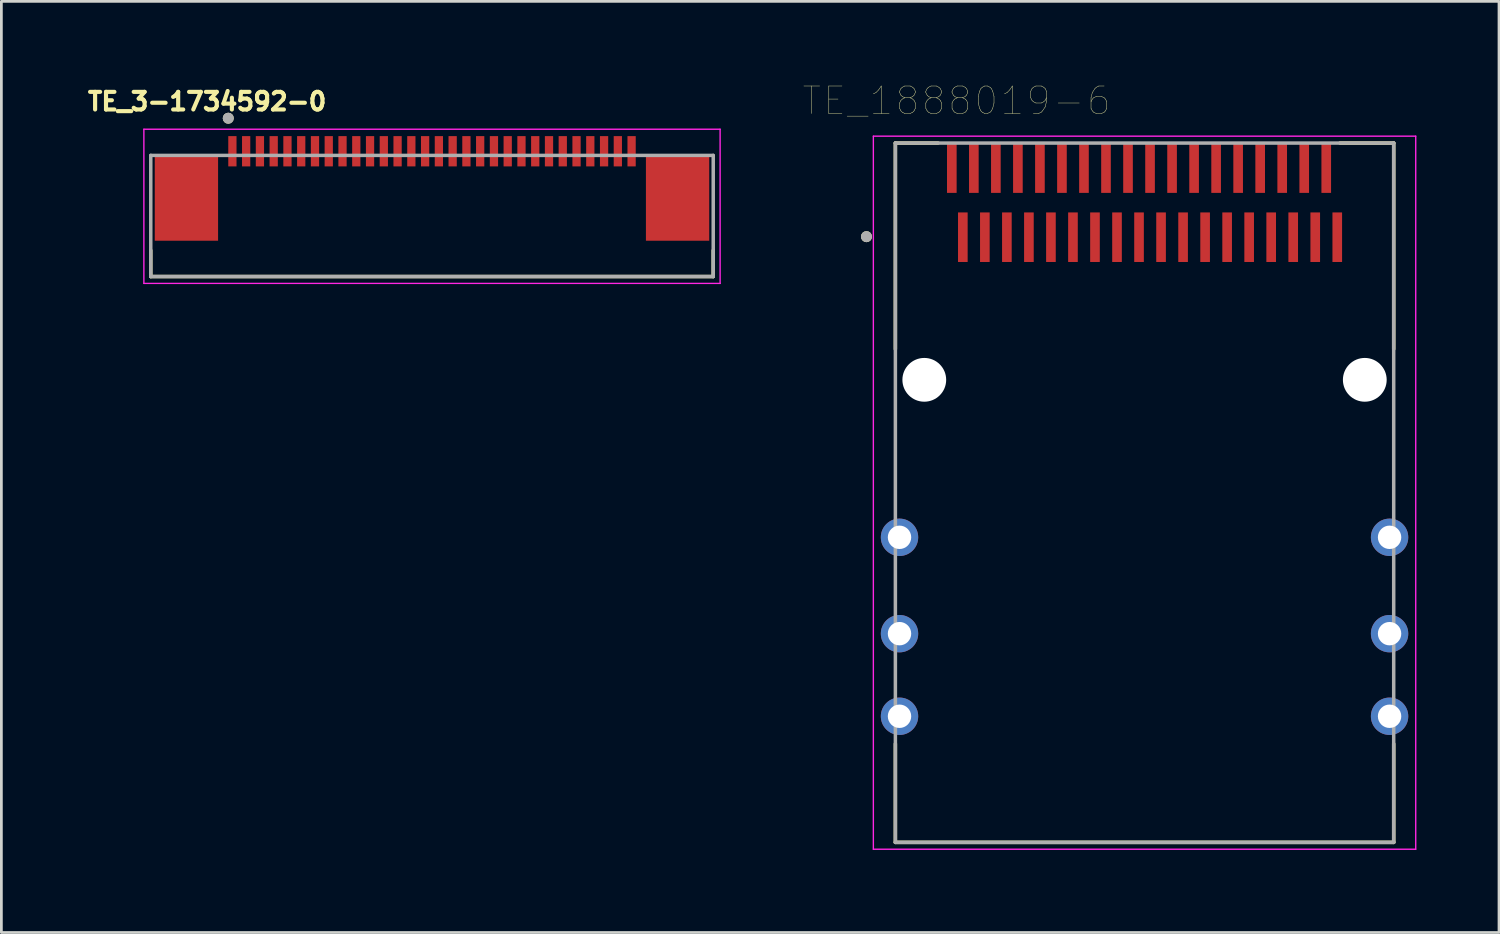
<source format=kicad_pcb>
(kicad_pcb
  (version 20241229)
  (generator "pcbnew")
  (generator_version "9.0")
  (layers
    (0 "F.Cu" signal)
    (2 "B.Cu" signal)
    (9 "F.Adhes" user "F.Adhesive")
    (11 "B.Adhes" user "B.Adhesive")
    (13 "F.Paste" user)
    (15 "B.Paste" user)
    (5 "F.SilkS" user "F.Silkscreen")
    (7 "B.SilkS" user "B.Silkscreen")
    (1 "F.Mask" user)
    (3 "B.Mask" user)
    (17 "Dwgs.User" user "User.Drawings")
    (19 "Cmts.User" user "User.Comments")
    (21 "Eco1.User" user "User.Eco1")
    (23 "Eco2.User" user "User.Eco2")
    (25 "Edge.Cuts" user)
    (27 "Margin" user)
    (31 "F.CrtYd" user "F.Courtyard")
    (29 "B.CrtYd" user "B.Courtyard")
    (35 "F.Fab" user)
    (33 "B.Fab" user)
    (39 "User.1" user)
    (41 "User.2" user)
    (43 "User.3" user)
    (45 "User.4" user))
  (footprint "TE_3-1734592-0"
    (layer "F.Cu")
    (at 12.641 2.444)
    (property "Reference" "TE_3-1734592-0" (at -8.168 -1.806 0) (layer "F.SilkS") (effects (font (size 0.64 0.64) (thickness 0.15))))
    (attr through_hole)
    (fp_line (start -10.215 4.55) (end -10.215 3.6) (stroke (width 0.127) (type solid)) (layer "F.SilkS"))
    (fp_line (start -10.215 4.55) (end 10.215 4.55) (stroke (width 0.127) (type solid)) (layer "F.SilkS"))
    (fp_line (start 10.215 4.55) (end 10.215 3.6) (stroke (width 0.127) (type solid)) (layer "F.SilkS"))
    (fp_circle (center -7.4 -1.2) (end -7.3 -1.2) (stroke (width 0.2) (type solid)) (fill no) (layer "F.SilkS"))
    (fp_line (start -10.465 -0.8) (end -10.465 4.8) (stroke (width 0.05) (type solid)) (layer "F.CrtYd"))
    (fp_line (start -10.465 4.8) (end 10.465 4.8) (stroke (width 0.05) (type solid)) (layer "F.CrtYd"))
    (fp_line (start 10.465 -0.8) (end -10.465 -0.8) (stroke (width 0.05) (type solid)) (layer "F.CrtYd"))
    (fp_line (start 10.465 4.8) (end 10.465 -0.8) (stroke (width 0.05) (type solid)) (layer "F.CrtYd"))
    (fp_line (start -10.215 0.15) (end -10.215 4.55) (stroke (width 0.127) (type solid)) (layer "F.Fab"))
    (fp_line (start -10.215 4.55) (end 10.215 4.55) (stroke (width 0.127) (type solid)) (layer "F.Fab"))
    (fp_line (start 10.215 0.15) (end -10.215 0.15) (stroke (width 0.127) (type solid)) (layer "F.Fab"))
    (fp_line (start 10.215 4.55) (end 10.215 0.15) (stroke (width 0.127) (type solid)) (layer "F.Fab"))
    (fp_circle (center -7.4 -1.2) (end -7.3 -1.2) (stroke (width 0.2) (type solid)) (fill no) (layer "F.Fab"))
    (pad "1" smd rect (at -7.25 0) (size 0.3 1.1) (layers "F.Cu" "F.Mask" "F.Paste"))
    (pad "2" smd rect (at -6.75 0) (size 0.3 1.1) (layers "F.Cu" "F.Mask" "F.Paste"))
    (pad "3" smd rect (at -6.25 0) (size 0.3 1.1) (layers "F.Cu" "F.Mask" "F.Paste"))
    (pad "4" smd rect (at -5.75 0) (size 0.3 1.1) (layers "F.Cu" "F.Mask" "F.Paste"))
    (pad "5" smd rect (at -5.25 0) (size 0.3 1.1) (layers "F.Cu" "F.Mask" "F.Paste"))
    (pad "6" smd rect (at -4.75 0) (size 0.3 1.1) (layers "F.Cu" "F.Mask" "F.Paste"))
    (pad "7" smd rect (at -4.25 0) (size 0.3 1.1) (layers "F.Cu" "F.Mask" "F.Paste"))
    (pad "8" smd rect (at -3.75 0) (size 0.3 1.1) (layers "F.Cu" "F.Mask" "F.Paste"))
    (pad "9" smd rect (at -3.25 0) (size 0.3 1.1) (layers "F.Cu" "F.Mask" "F.Paste"))
    (pad "10" smd rect (at -2.75 0) (size 0.3 1.1) (layers "F.Cu" "F.Mask" "F.Paste"))
    (pad "11" smd rect (at -2.25 0) (size 0.3 1.1) (layers "F.Cu" "F.Mask" "F.Paste"))
    (pad "12" smd rect (at -1.75 0) (size 0.3 1.1) (layers "F.Cu" "F.Mask" "F.Paste"))
    (pad "13" smd rect (at -1.25 0) (size 0.3 1.1) (layers "F.Cu" "F.Mask" "F.Paste"))
    (pad "14" smd rect (at -0.75 0) (size 0.3 1.1) (layers "F.Cu" "F.Mask" "F.Paste"))
    (pad "15" smd rect (at -0.25 0) (size 0.3 1.1) (layers "F.Cu" "F.Mask" "F.Paste"))
    (pad "16" smd rect (at 0.25 0) (size 0.3 1.1) (layers "F.Cu" "F.Mask" "F.Paste"))
    (pad "17" smd rect (at 0.75 0) (size 0.3 1.1) (layers "F.Cu" "F.Mask" "F.Paste"))
    (pad "18" smd rect (at 1.25 0) (size 0.3 1.1) (layers "F.Cu" "F.Mask" "F.Paste"))
    (pad "19" smd rect (at 1.75 0) (size 0.3 1.1) (layers "F.Cu" "F.Mask" "F.Paste"))
    (pad "20" smd rect (at 2.25 0) (size 0.3 1.1) (layers "F.Cu" "F.Mask" "F.Paste"))
    (pad "21" smd rect (at 2.75 0) (size 0.3 1.1) (layers "F.Cu" "F.Mask" "F.Paste"))
    (pad "22" smd rect (at 3.25 0) (size 0.3 1.1) (layers "F.Cu" "F.Mask" "F.Paste"))
    (pad "23" smd rect (at 3.75 0) (size 0.3 1.1) (layers "F.Cu" "F.Mask" "F.Paste"))
    (pad "24" smd rect (at 4.25 0) (size 0.3 1.1) (layers "F.Cu" "F.Mask" "F.Paste"))
    (pad "25" smd rect (at 4.75 0) (size 0.3 1.1) (layers "F.Cu" "F.Mask" "F.Paste"))
    (pad "26" smd rect (at 5.25 0) (size 0.3 1.1) (layers "F.Cu" "F.Mask" "F.Paste"))
    (pad "27" smd rect (at 5.75 0) (size 0.3 1.1) (layers "F.Cu" "F.Mask" "F.Paste"))
    (pad "28" smd rect (at 6.25 0) (size 0.3 1.1) (layers "F.Cu" "F.Mask" "F.Paste"))
    (pad "29" smd rect (at 6.75 0) (size 0.3 1.1) (layers "F.Cu" "F.Mask" "F.Paste"))
    (pad "30" smd rect (at 7.25 0) (size 0.3 1.1) (layers "F.Cu" "F.Mask" "F.Paste"))
    (pad "S1" smd rect (at -8.92 1.7) (size 2.3 3.1) (layers "F.Cu" "F.Mask" "F.Paste"))
    (pad "S2" smd rect (at 8.92 1.7) (size 2.3 3.1) (layers "F.Cu" "F.Mask" "F.Paste")))
  (footprint "TE_1888019-6"
    (layer "F.Cu")
    (at 38.522 10.746)
    (property "Reference" "TE_1888019-6" (at -6.825 -10.135 0) (layer "F.SilkS") (effects (font (size 1 1) (thickness 0.015))))
    (attr through_hole)
    (fp_line (start -9.05 -8.6) (end -7.5 -8.6) (stroke (width 0.127) (type solid)) (layer "F.SilkS"))
    (fp_line (start -9.05 -1.115) (end -9.05 -8.6) (stroke (width 0.127) (type solid)) (layer "F.SilkS"))
    (fp_line (start -9.05 16.8) (end -9.05 13.22) (stroke (width 0.127) (type solid)) (layer "F.SilkS"))
    (fp_line (start 9.05 -8.6) (end 7.1 -8.6) (stroke (width 0.127) (type solid)) (layer "F.SilkS"))
    (fp_line (start 9.05 -8.6) (end 9.05 -1.115) (stroke (width 0.127) (type solid)) (layer "F.SilkS"))
    (fp_line (start 9.05 13.22) (end 9.05 16.8) (stroke (width 0.127) (type solid)) (layer "F.SilkS"))
    (fp_line (start 9.05 16.8) (end -9.05 16.8) (stroke (width 0.127) (type solid)) (layer "F.SilkS"))
    (fp_circle (center -10.1 -5.2) (end -10 -5.2) (stroke (width 0.2) (type solid)) (fill no) (layer "F.SilkS"))
    (fp_line (start -9.85 -8.85) (end 9.85 -8.85) (stroke (width 0.05) (type solid)) (layer "F.CrtYd"))
    (fp_line (start -9.85 17.05) (end -9.85 -8.85) (stroke (width 0.05) (type solid)) (layer "F.CrtYd"))
    (fp_line (start 9.85 -8.85) (end 9.85 17.05) (stroke (width 0.05) (type solid)) (layer "F.CrtYd"))
    (fp_line (start 9.85 17.05) (end -9.85 17.05) (stroke (width 0.05) (type solid)) (layer "F.CrtYd"))
    (fp_line (start -9.05 -8.6) (end 9.05 -8.6) (stroke (width 0.127) (type solid)) (layer "F.Fab"))
    (fp_line (start -9.05 16.8) (end -9.05 -8.6) (stroke (width 0.127) (type solid)) (layer "F.Fab"))
    (fp_line (start 9.05 -8.6) (end 9.05 16.8) (stroke (width 0.127) (type solid)) (layer "F.Fab"))
    (fp_line (start 9.05 16.8) (end -9.05 16.8) (stroke (width 0.127) (type solid)) (layer "F.Fab"))
    (fp_circle (center -10.1 -5.2) (end -10 -5.2) (stroke (width 0.2) (type solid)) (fill no) (layer "F.Fab"))
    (pad "" np_thru_hole circle (at -8 0) (size 1.59 1.59) (drill 1.59) (layers "*.Cu" "*.Mask"))
    (pad "" np_thru_hole circle (at 8 0) (size 1.59 1.59) (drill 1.59) (layers "*.Cu" "*.Mask"))
    (pad "A1" smd rect (at -6.6 -5.18) (size 0.35 1.8) (layers "F.Cu" "F.Mask" "F.Paste"))
    (pad "A2" smd rect (at -5.8 -5.18) (size 0.35 1.8) (layers "F.Cu" "F.Mask" "F.Paste"))
    (pad "A3" smd rect (at -5 -5.18) (size 0.35 1.8) (layers "F.Cu" "F.Mask" "F.Paste"))
    (pad "A4" smd rect (at -4.2 -5.18) (size 0.35 1.8) (layers "F.Cu" "F.Mask" "F.Paste"))
    (pad "A5" smd rect (at -3.4 -5.18) (size 0.35 1.8) (layers "F.Cu" "F.Mask" "F.Paste"))
    (pad "A6" smd rect (at -2.6 -5.18) (size 0.35 1.8) (layers "F.Cu" "F.Mask" "F.Paste"))
    (pad "A7" smd rect (at -1.8 -5.18) (size 0.35 1.8) (layers "F.Cu" "F.Mask" "F.Paste"))
    (pad "A8" smd rect (at -1 -5.18) (size 0.35 1.8) (layers "F.Cu" "F.Mask" "F.Paste"))
    (pad "A9" smd rect (at -0.2 -5.18) (size 0.35 1.8) (layers "F.Cu" "F.Mask" "F.Paste"))
    (pad "A10" smd rect (at 0.6 -5.18) (size 0.35 1.8) (layers "F.Cu" "F.Mask" "F.Paste"))
    (pad "A11" smd rect (at 1.4 -5.18) (size 0.35 1.8) (layers "F.Cu" "F.Mask" "F.Paste"))
    (pad "A12" smd rect (at 2.2 -5.18) (size 0.35 1.8) (layers "F.Cu" "F.Mask" "F.Paste"))
    (pad "A13" smd rect (at 3 -5.18) (size 0.35 1.8) (layers "F.Cu" "F.Mask" "F.Paste"))
    (pad "A14" smd rect (at 3.8 -5.18) (size 0.35 1.8) (layers "F.Cu" "F.Mask" "F.Paste"))
    (pad "A15" smd rect (at 4.6 -5.18) (size 0.35 1.8) (layers "F.Cu" "F.Mask" "F.Paste"))
    (pad "A16" smd rect (at 5.4 -5.18) (size 0.35 1.8) (layers "F.Cu" "F.Mask" "F.Paste"))
    (pad "A17" smd rect (at 6.2 -5.18) (size 0.35 1.8) (layers "F.Cu" "F.Mask" "F.Paste"))
    (pad "A18" smd rect (at 7 -5.18) (size 0.35 1.8) (layers "F.Cu" "F.Mask" "F.Paste"))
    (pad "B1" smd rect (at -7 -7.69) (size 0.35 1.8) (layers "F.Cu" "F.Mask" "F.Paste"))
    (pad "B2" smd rect (at -6.2 -7.69) (size 0.35 1.8) (layers "F.Cu" "F.Mask" "F.Paste"))
    (pad "B3" smd rect (at -5.4 -7.69) (size 0.35 1.8) (layers "F.Cu" "F.Mask" "F.Paste"))
    (pad "B4" smd rect (at -4.6 -7.69) (size 0.35 1.8) (layers "F.Cu" "F.Mask" "F.Paste"))
    (pad "B5" smd rect (at -3.8 -7.69) (size 0.35 1.8) (layers "F.Cu" "F.Mask" "F.Paste"))
    (pad "B6" smd rect (at -3 -7.69) (size 0.35 1.8) (layers "F.Cu" "F.Mask" "F.Paste"))
    (pad "B7" smd rect (at -2.2 -7.69) (size 0.35 1.8) (layers "F.Cu" "F.Mask" "F.Paste"))
    (pad "B8" smd rect (at -1.4 -7.69) (size 0.35 1.8) (layers "F.Cu" "F.Mask" "F.Paste"))
    (pad "B9" smd rect (at -0.6 -7.69) (size 0.35 1.8) (layers "F.Cu" "F.Mask" "F.Paste"))
    (pad "B10" smd rect (at 0.2 -7.69) (size 0.35 1.8) (layers "F.Cu" "F.Mask" "F.Paste"))
    (pad "B11" smd rect (at 1 -7.69) (size 0.35 1.8) (layers "F.Cu" "F.Mask" "F.Paste"))
    (pad "B12" smd rect (at 1.8 -7.69) (size 0.35 1.8) (layers "F.Cu" "F.Mask" "F.Paste"))
    (pad "B13" smd rect (at 2.6 -7.69) (size 0.35 1.8) (layers "F.Cu" "F.Mask" "F.Paste"))
    (pad "B14" smd rect (at 3.4 -7.69) (size 0.35 1.8) (layers "F.Cu" "F.Mask" "F.Paste"))
    (pad "B15" smd rect (at 4.2 -7.69) (size 0.35 1.8) (layers "F.Cu" "F.Mask" "F.Paste"))
    (pad "B16" smd rect (at 5 -7.69) (size 0.35 1.8) (layers "F.Cu" "F.Mask" "F.Paste"))
    (pad "B17" smd rect (at 5.8 -7.69) (size 0.35 1.8) (layers "F.Cu" "F.Mask" "F.Paste"))
    (pad "B18" smd rect (at 6.6 -7.69) (size 0.35 1.8) (layers "F.Cu" "F.Mask" "F.Paste"))
    (pad "S1" thru_hole circle (at -8.9 5.72) (size 1.358 1.358) (drill 0.85) (layers "*.Cu" "*.Mask"))
    (pad "S2" thru_hole circle (at 8.9 5.72) (size 1.358 1.358) (drill 0.85) (layers "*.Cu" "*.Mask"))
    (pad "S3" thru_hole circle (at -8.9 9.22) (size 1.358 1.358) (drill 0.85) (layers "*.Cu" "*.Mask"))
    (pad "S4" thru_hole circle (at 8.9 9.22) (size 1.358 1.358) (drill 0.85) (layers "*.Cu" "*.Mask"))
    (pad "S5" thru_hole circle (at -8.9 12.22) (size 1.358 1.358) (drill 0.85) (layers "*.Cu" "*.Mask"))
    (pad "S6" thru_hole circle (at 8.9 12.22) (size 1.358 1.358) (drill 0.85) (layers "*.Cu" "*.Mask")))
  (gr_rect
    (start -3 -3)
    (end 51.397 30.821)
    (stroke (width 0.1) (type default))
    (fill no)
    (layer "Edge.Cuts")))
</source>
